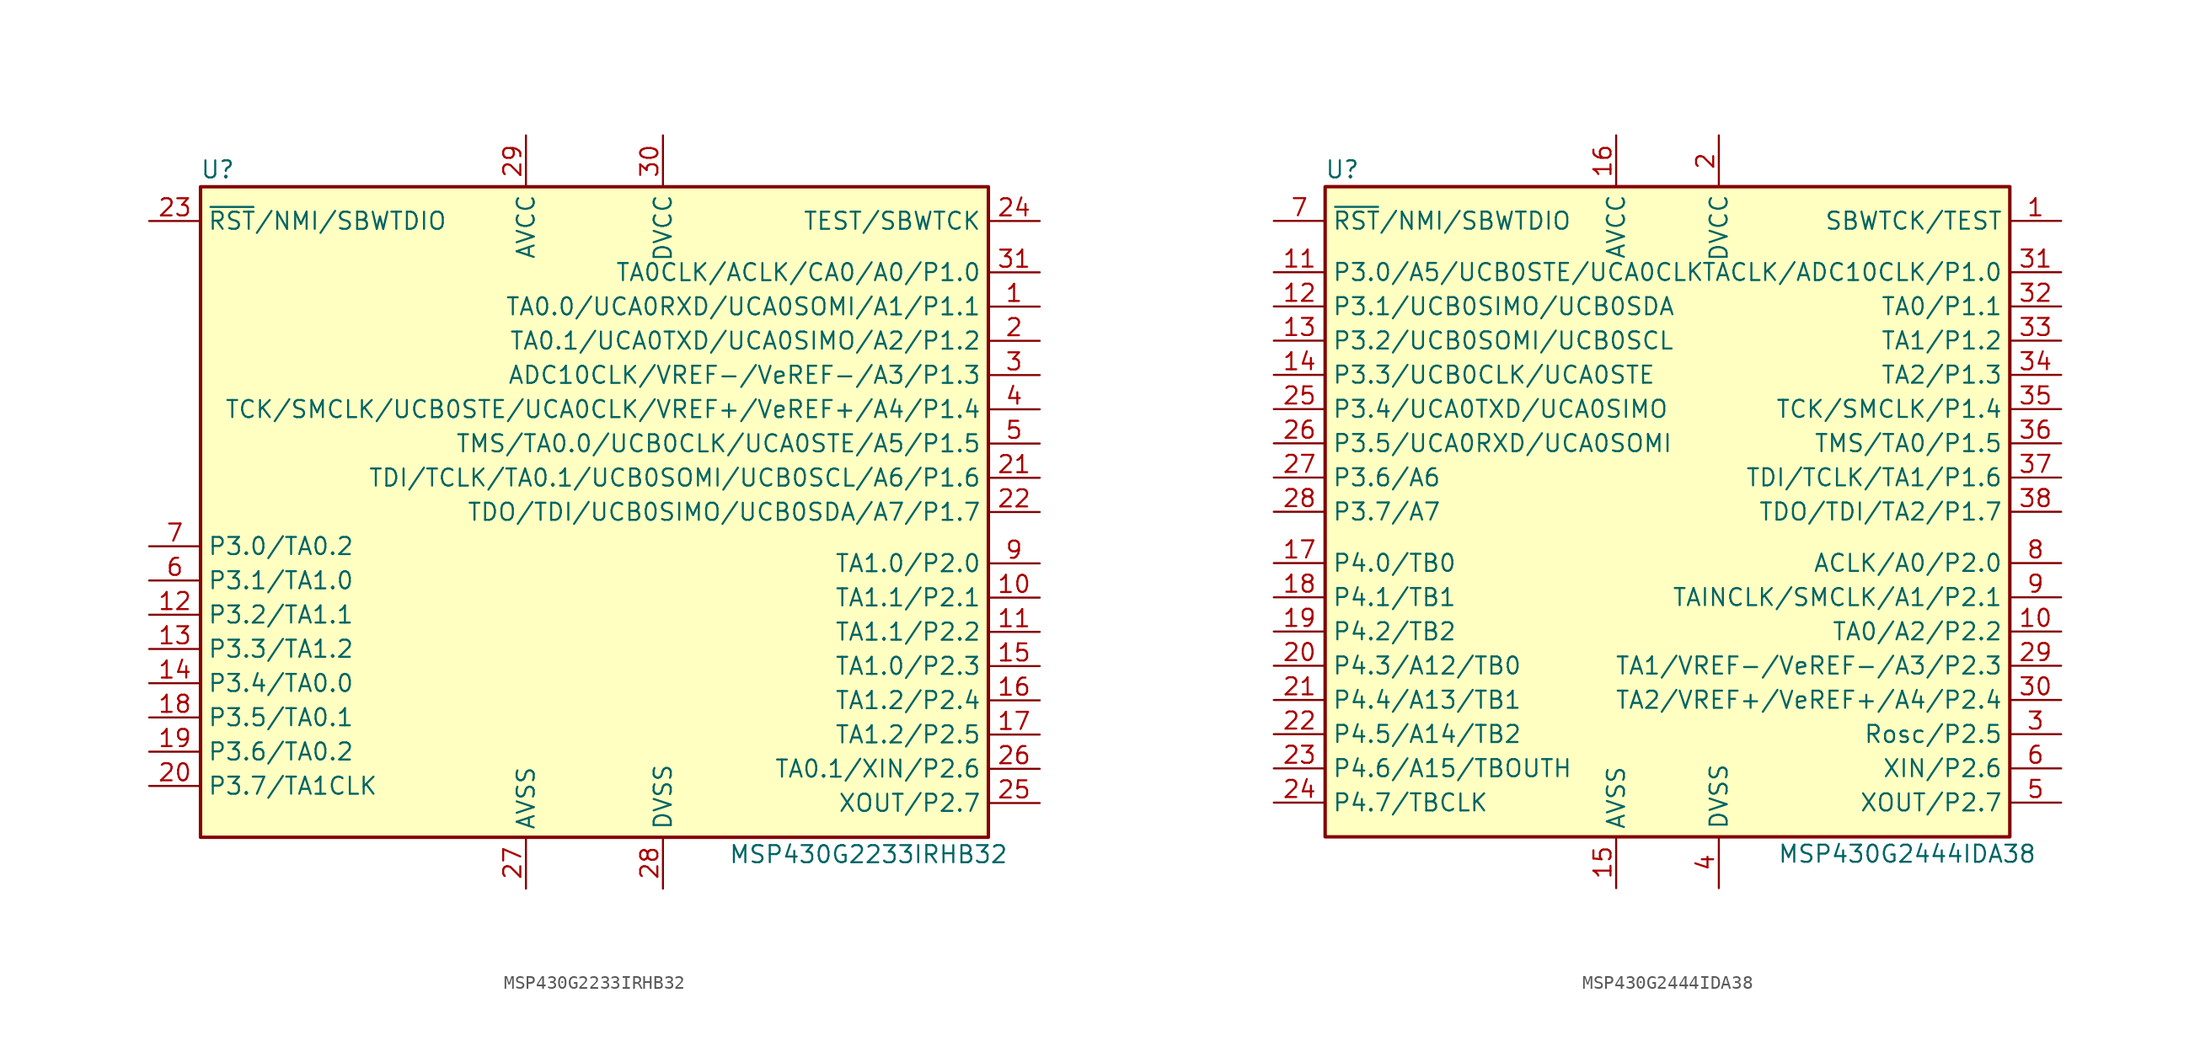
<source format=kicad_sym>
(kicad_symbol_lib
  (version 20211014)
  (generator kicad_symbol_editor)
  (symbol "MSP430G2233IRHB32"
    (property "Reference" "U"
      (at -27.94 25.4 0)
      (effects (font (size 1.27 1.27))))
    (property "Value" "MSP430G2233IRHB32"
      (at 20.32 -25.4 0)
      (effects (font (size 1.27 1.27))))
    (symbol "MSP430G2233IRHB32_0_1"
      (rectangle (start -29.21 24.13) (end 29.21 -24.13) (stroke (width 0.254) (type default) (color 0 0 0 0)) (fill (type background))))
    (symbol "MSP430G2233IRHB32_1_1"
      (pin bidirectional line (at 33.02 15.24 180) (length 3.81) (name "TA0.0/UCA0RXD/UCA0SOMI/A1/P1.1" (effects (font (size 1.27 1.27)))) (number "1" (effects (font (size 1.27 1.27)))))
      (pin bidirectional line (at 33.02 -6.35 180) (length 3.81) (name "TA1.1/P2.1" (effects (font (size 1.27 1.27)))) (number "10" (effects (font (size 1.27 1.27)))))
      (pin bidirectional line (at 33.02 -8.89 180) (length 3.81) (name "TA1.1/P2.2" (effects (font (size 1.27 1.27)))) (number "11" (effects (font (size 1.27 1.27)))))
      (pin bidirectional line (at -33.02 -7.62 0) (length 3.81) (name "P3.2/TA1.1" (effects (font (size 1.27 1.27)))) (number "12" (effects (font (size 1.27 1.27)))))
      (pin bidirectional line (at -33.02 -10.16 0) (length 3.81) (name "P3.3/TA1.2" (effects (font (size 1.27 1.27)))) (number "13" (effects (font (size 1.27 1.27)))))
      (pin bidirectional line (at -33.02 -12.7 0) (length 3.81) (name "P3.4/TA0.0" (effects (font (size 1.27 1.27)))) (number "14" (effects (font (size 1.27 1.27)))))
      (pin bidirectional line (at 33.02 -11.43 180) (length 3.81) (name "TA1.0/P2.3" (effects (font (size 1.27 1.27)))) (number "15" (effects (font (size 1.27 1.27)))))
      (pin bidirectional line (at 33.02 -13.97 180) (length 3.81) (name "TA1.2/P2.4" (effects (font (size 1.27 1.27)))) (number "16" (effects (font (size 1.27 1.27)))))
      (pin bidirectional line (at 33.02 -16.51 180) (length 3.81) (name "TA1.2/P2.5" (effects (font (size 1.27 1.27)))) (number "17" (effects (font (size 1.27 1.27)))))
      (pin bidirectional line (at -33.02 -15.24 0) (length 3.81) (name "P3.5/TA0.1" (effects (font (size 1.27 1.27)))) (number "18" (effects (font (size 1.27 1.27)))))
      (pin bidirectional line (at -33.02 -17.78 0) (length 3.81) (name "P3.6/TA0.2" (effects (font (size 1.27 1.27)))) (number "19" (effects (font (size 1.27 1.27)))))
      (pin bidirectional line (at 33.02 12.7 180) (length 3.81) (name "TA0.1/UCA0TXD/UCA0SIMO/A2/P1.2" (effects (font (size 1.27 1.27)))) (number "2" (effects (font (size 1.27 1.27)))))
      (pin bidirectional line (at -33.02 -20.32 0) (length 3.81) (name "P3.7/TA1CLK" (effects (font (size 1.27 1.27)))) (number "20" (effects (font (size 1.27 1.27)))))
      (pin bidirectional line (at 33.02 2.54 180) (length 3.81) (name "TDI/TCLK/TA0.1/UCB0SOMI/UCB0SCL/A6/P1.6" (effects (font (size 1.27 1.27)))) (number "21" (effects (font (size 1.27 1.27)))))
      (pin bidirectional line (at 33.02 0 180) (length 3.81) (name "TDO/TDI/UCB0SIMO/UCB0SDA/A7/P1.7" (effects (font (size 1.27 1.27)))) (number "22" (effects (font (size 1.27 1.27)))))
      (pin input line (at -33.02 21.59 0) (length 3.81) (name "~{RST}/NMI/SBWTDIO" (effects (font (size 1.27 1.27)))) (number "23" (effects (font (size 1.27 1.27)))))
      (pin input line (at 33.02 21.59 180) (length 3.81) (name "TEST/SBWTCK" (effects (font (size 1.27 1.27)))) (number "24" (effects (font (size 1.27 1.27)))))
      (pin bidirectional line (at 33.02 -21.59 180) (length 3.81) (name "XOUT/P2.7" (effects (font (size 1.27 1.27)))) (number "25" (effects (font (size 1.27 1.27)))))
      (pin bidirectional line (at 33.02 -19.05 180) (length 3.81) (name "TA0.1/XIN/P2.6" (effects (font (size 1.27 1.27)))) (number "26" (effects (font (size 1.27 1.27)))))
      (pin power_in line (at -5.08 -27.94 90) (length 3.81) (name "AVSS" (effects (font (size 1.27 1.27)))) (number "27" (effects (font (size 1.27 1.27)))))
      (pin power_in line (at 5.08 -27.94 90) (length 3.81) (name "DVSS" (effects (font (size 1.27 1.27)))) (number "28" (effects (font (size 1.27 1.27)))))
      (pin power_in line (at -5.08 27.94 270) (length 3.81) (name "AVCC" (effects (font (size 1.27 1.27)))) (number "29" (effects (font (size 1.27 1.27)))))
      (pin bidirectional line (at 33.02 10.16 180) (length 3.81) (name "ADC10CLK/VREF-/VeREF-/A3/P1.3" (effects (font (size 1.27 1.27)))) (number "3" (effects (font (size 1.27 1.27)))))
      (pin power_in line (at 5.08 27.94 270) (length 3.81) (name "DVCC" (effects (font (size 1.27 1.27)))) (number "30" (effects (font (size 1.27 1.27)))))
      (pin bidirectional line (at 33.02 17.78 180) (length 3.81) (name "TA0CLK/ACLK/CA0/A0/P1.0" (effects (font (size 1.27 1.27)))) (number "31" (effects (font (size 1.27 1.27)))))
      (pin bidirectional line (at 33.02 7.62 180) (length 3.81) (name "TCK/SMCLK/UCB0STE/UCA0CLK/VREF+/VeREF+/A4/P1.4" (effects (font (size 1.27 1.27)))) (number "4" (effects (font (size 1.27 1.27)))))
      (pin bidirectional line (at 33.02 5.08 180) (length 3.81) (name "TMS/TA0.0/UCB0CLK/UCA0STE/A5/P1.5" (effects (font (size 1.27 1.27)))) (number "5" (effects (font (size 1.27 1.27)))))
      (pin bidirectional line (at -33.02 -5.08 0) (length 3.81) (name "P3.1/TA1.0" (effects (font (size 1.27 1.27)))) (number "6" (effects (font (size 1.27 1.27)))))
      (pin bidirectional line (at -33.02 -2.54 0) (length 3.81) (name "P3.0/TA0.2" (effects (font (size 1.27 1.27)))) (number "7" (effects (font (size 1.27 1.27)))))
      (pin bidirectional line (at 33.02 -3.81 180) (length 3.81) (name "TA1.0/P2.0" (effects (font (size 1.27 1.27)))) (number "9" (effects (font (size 1.27 1.27)))))))
  (symbol "MSP430G2444IDA38"
    (property "Reference" "U"
      (at -24.13 25.4 0)
      (effects (font (size 1.27 1.27))))
    (property "Value" "MSP430G2444IDA38"
      (at 17.78 -25.4 0)
      (effects (font (size 1.27 1.27))))
    (symbol "MSP430G2444IDA38_0_1"
      (rectangle (start -25.4 24.13) (end 25.4 -24.13) (stroke (width 0.254) (type default) (color 0 0 0 0)) (fill (type background))))
    (symbol "MSP430G2444IDA38_1_1"
      (pin input line (at 29.21 21.59 180) (length 3.81) (name "SBWTCK/TEST" (effects (font (size 1.27 1.27)))) (number "1" (effects (font (size 1.27 1.27)))))
      (pin bidirectional line (at 29.21 -8.89 180) (length 3.81) (name "TA0/A2/P2.2" (effects (font (size 1.27 1.27)))) (number "10" (effects (font (size 1.27 1.27)))))
      (pin bidirectional line (at -29.21 17.78 0) (length 3.81) (name "P3.0/A5/UCB0STE/UCA0CLK" (effects (font (size 1.27 1.27)))) (number "11" (effects (font (size 1.27 1.27)))))
      (pin bidirectional line (at -29.21 15.24 0) (length 3.81) (name "P3.1/UCB0SIMO/UCB0SDA" (effects (font (size 1.27 1.27)))) (number "12" (effects (font (size 1.27 1.27)))))
      (pin bidirectional line (at -29.21 12.7 0) (length 3.81) (name "P3.2/UCB0SOMI/UCB0SCL" (effects (font (size 1.27 1.27)))) (number "13" (effects (font (size 1.27 1.27)))))
      (pin bidirectional line (at -29.21 10.16 0) (length 3.81) (name "P3.3/UCB0CLK/UCA0STE" (effects (font (size 1.27 1.27)))) (number "14" (effects (font (size 1.27 1.27)))))
      (pin power_in line (at -3.81 -27.94 90) (length 3.81) (name "AVSS" (effects (font (size 1.27 1.27)))) (number "15" (effects (font (size 1.27 1.27)))))
      (pin power_in line (at -3.81 27.94 270) (length 3.81) (name "AVCC" (effects (font (size 1.27 1.27)))) (number "16" (effects (font (size 1.27 1.27)))))
      (pin bidirectional line (at -29.21 -3.81 0) (length 3.81) (name "P4.0/TB0" (effects (font (size 1.27 1.27)))) (number "17" (effects (font (size 1.27 1.27)))))
      (pin bidirectional line (at -29.21 -6.35 0) (length 3.81) (name "P4.1/TB1" (effects (font (size 1.27 1.27)))) (number "18" (effects (font (size 1.27 1.27)))))
      (pin bidirectional line (at -29.21 -8.89 0) (length 3.81) (name "P4.2/TB2" (effects (font (size 1.27 1.27)))) (number "19" (effects (font (size 1.27 1.27)))))
      (pin power_in line (at 3.81 27.94 270) (length 3.81) (name "DVCC" (effects (font (size 1.27 1.27)))) (number "2" (effects (font (size 1.27 1.27)))))
      (pin bidirectional line (at -29.21 -11.43 0) (length 3.81) (name "P4.3/A12/TB0" (effects (font (size 1.27 1.27)))) (number "20" (effects (font (size 1.27 1.27)))))
      (pin bidirectional line (at -29.21 -13.97 0) (length 3.81) (name "P4.4/A13/TB1" (effects (font (size 1.27 1.27)))) (number "21" (effects (font (size 1.27 1.27)))))
      (pin bidirectional line (at -29.21 -16.51 0) (length 3.81) (name "P4.5/A14/TB2" (effects (font (size 1.27 1.27)))) (number "22" (effects (font (size 1.27 1.27)))))
      (pin bidirectional line (at -29.21 -19.05 0) (length 3.81) (name "P4.6/A15/TBOUTH" (effects (font (size 1.27 1.27)))) (number "23" (effects (font (size 1.27 1.27)))))
      (pin bidirectional line (at -29.21 -21.59 0) (length 3.81) (name "P4.7/TBCLK" (effects (font (size 1.27 1.27)))) (number "24" (effects (font (size 1.27 1.27)))))
      (pin bidirectional line (at -29.21 7.62 0) (length 3.81) (name "P3.4/UCA0TXD/UCA0SIMO" (effects (font (size 1.27 1.27)))) (number "25" (effects (font (size 1.27 1.27)))))
      (pin bidirectional line (at -29.21 5.08 0) (length 3.81) (name "P3.5/UCA0RXD/UCA0SOMI" (effects (font (size 1.27 1.27)))) (number "26" (effects (font (size 1.27 1.27)))))
      (pin bidirectional line (at -29.21 2.54 0) (length 3.81) (name "P3.6/A6" (effects (font (size 1.27 1.27)))) (number "27" (effects (font (size 1.27 1.27)))))
      (pin bidirectional line (at -29.21 0 0) (length 3.81) (name "P3.7/A7" (effects (font (size 1.27 1.27)))) (number "28" (effects (font (size 1.27 1.27)))))
      (pin bidirectional line (at 29.21 -11.43 180) (length 3.81) (name "TA1/VREF-/VeREF-/A3/P2.3" (effects (font (size 1.27 1.27)))) (number "29" (effects (font (size 1.27 1.27)))))
      (pin bidirectional line (at 29.21 -16.51 180) (length 3.81) (name "Rosc/P2.5" (effects (font (size 1.27 1.27)))) (number "3" (effects (font (size 1.27 1.27)))))
      (pin bidirectional line (at 29.21 -13.97 180) (length 3.81) (name "TA2/VREF+/VeREF+/A4/P2.4" (effects (font (size 1.27 1.27)))) (number "30" (effects (font (size 1.27 1.27)))))
      (pin bidirectional line (at 29.21 17.78 180) (length 3.81) (name "TACLK/ADC10CLK/P1.0" (effects (font (size 1.27 1.27)))) (number "31" (effects (font (size 1.27 1.27)))))
      (pin bidirectional line (at 29.21 15.24 180) (length 3.81) (name "TA0/P1.1" (effects (font (size 1.27 1.27)))) (number "32" (effects (font (size 1.27 1.27)))))
      (pin bidirectional line (at 29.21 12.7 180) (length 3.81) (name "TA1/P1.2" (effects (font (size 1.27 1.27)))) (number "33" (effects (font (size 1.27 1.27)))))
      (pin bidirectional line (at 29.21 10.16 180) (length 3.81) (name "TA2/P1.3" (effects (font (size 1.27 1.27)))) (number "34" (effects (font (size 1.27 1.27)))))
      (pin bidirectional line (at 29.21 7.62 180) (length 3.81) (name "TCK/SMCLK/P1.4" (effects (font (size 1.27 1.27)))) (number "35" (effects (font (size 1.27 1.27)))))
      (pin bidirectional line (at 29.21 5.08 180) (length 3.81) (name "TMS/TA0/P1.5" (effects (font (size 1.27 1.27)))) (number "36" (effects (font (size 1.27 1.27)))))
      (pin bidirectional line (at 29.21 2.54 180) (length 3.81) (name "TDI/TCLK/TA1/P1.6" (effects (font (size 1.27 1.27)))) (number "37" (effects (font (size 1.27 1.27)))))
      (pin bidirectional line (at 29.21 0 180) (length 3.81) (name "TDO/TDI/TA2/P1.7" (effects (font (size 1.27 1.27)))) (number "38" (effects (font (size 1.27 1.27)))))
      (pin power_in line (at 3.81 -27.94 90) (length 3.81) (name "DVSS" (effects (font (size 1.27 1.27)))) (number "4" (effects (font (size 1.27 1.27)))))
      (pin bidirectional line (at 29.21 -21.59 180) (length 3.81) (name "XOUT/P2.7" (effects (font (size 1.27 1.27)))) (number "5" (effects (font (size 1.27 1.27)))))
      (pin bidirectional line (at 29.21 -19.05 180) (length 3.81) (name "XIN/P2.6" (effects (font (size 1.27 1.27)))) (number "6" (effects (font (size 1.27 1.27)))))
      (pin input line (at -29.21 21.59 0) (length 3.81) (name "~{RST}/NMI/SBWTDIO" (effects (font (size 1.27 1.27)))) (number "7" (effects (font (size 1.27 1.27)))))
      (pin bidirectional line (at 29.21 -3.81 180) (length 3.81) (name "ACLK/A0/P2.0" (effects (font (size 1.27 1.27)))) (number "8" (effects (font (size 1.27 1.27)))))
      (pin bidirectional line (at 29.21 -6.35 180) (length 3.81) (name "TAINCLK/SMCLK/A1/P2.1" (effects (font (size 1.27 1.27)))) (number "9" (effects (font (size 1.27 1.27))))))))
</source>
